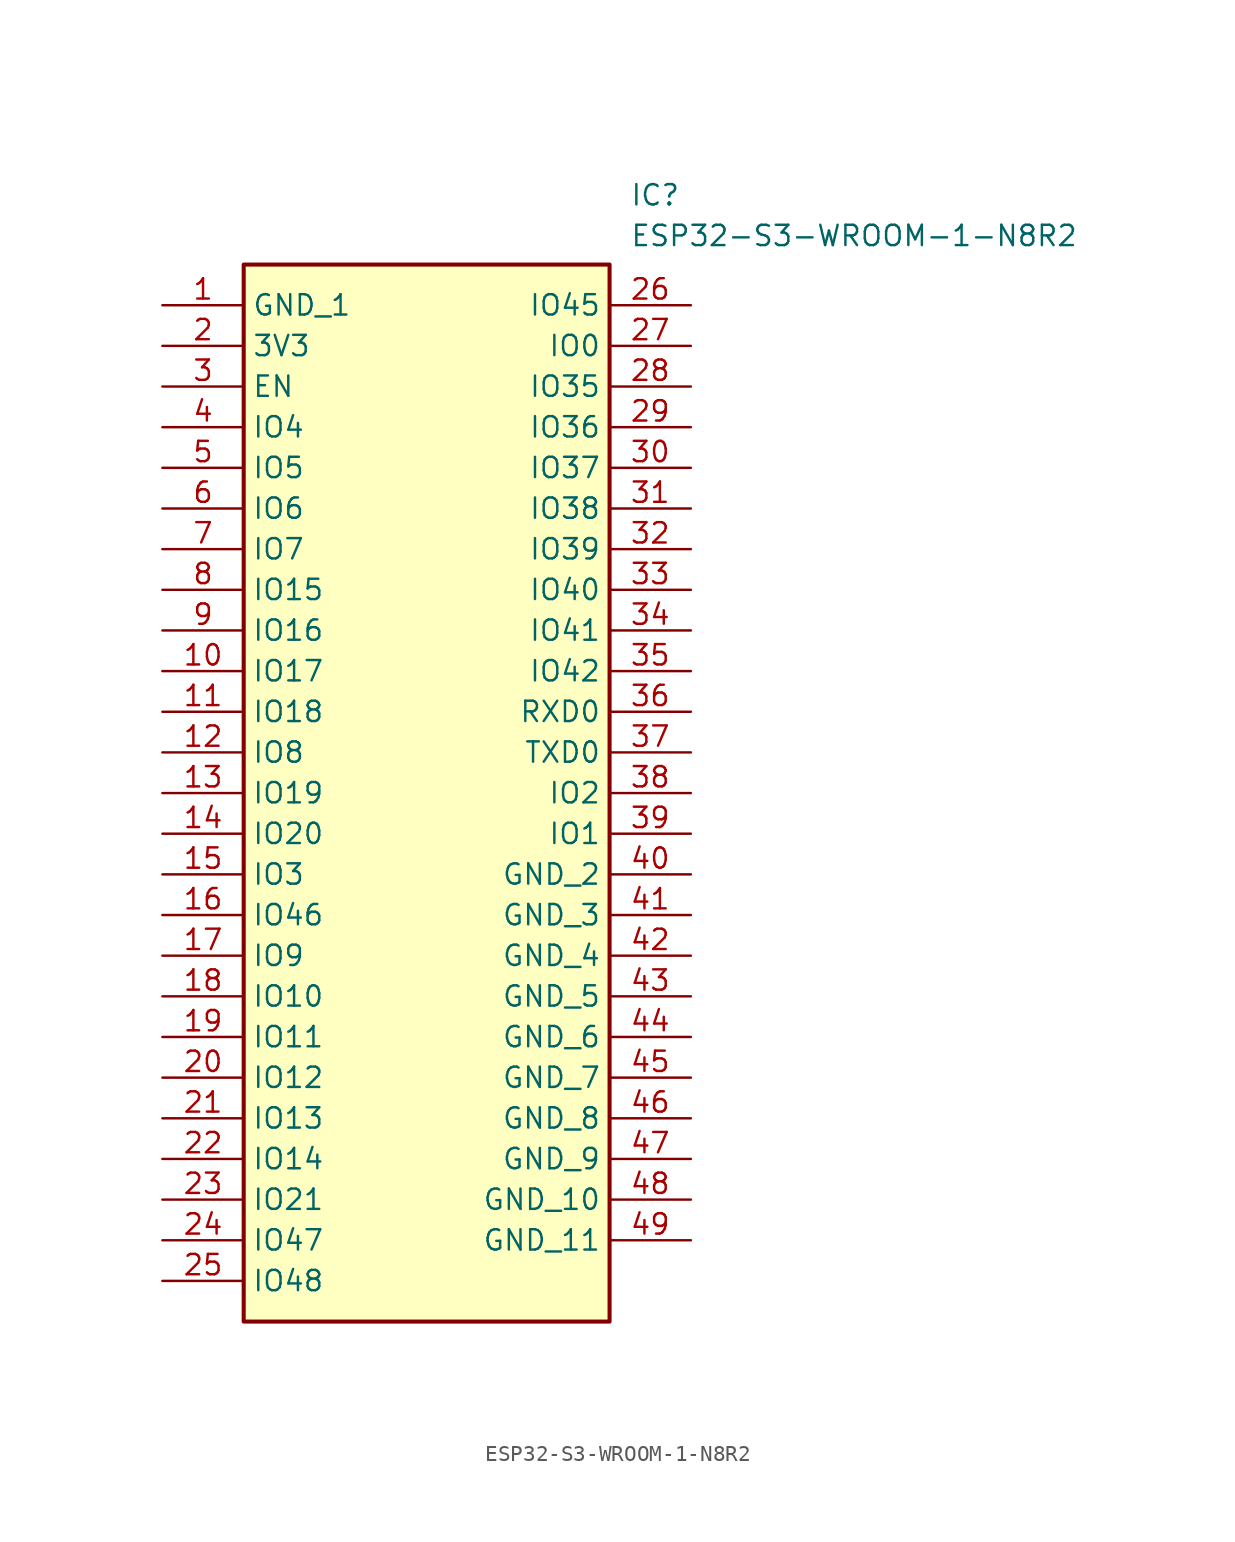
<source format=kicad_sym>
(kicad_symbol_lib
  (version 20211014)
  (generator SamacSys_ECAD_Model)
  (symbol "ESP32-S3-WROOM-1-N8R2"
    (property "Reference" "IC"
      (at 29.21 7.62 0)
      (effects (font (size 1.27 1.27)) (justify left top)))
    (property "Value" "ESP32-S3-WROOM-1-N8R2"
      (at 29.21 5.08 0)
      (effects (font (size 1.27 1.27)) (justify left top)))
    (rectangle
      (start 5.08 2.54)
      (end 27.94 -63.5)
      (stroke (width 0.254) (type default))
      (fill (type background)))
    (pin passive line
      (at 0 0 0)
      (length 5.08)
      (name "GND_1" (effects (font (size 1.27 1.27))))
      (number "1" (effects (font (size 1.27 1.27)))))
    (pin passive line
      (at 0 -2.54 0)
      (length 5.08)
      (name "3V3" (effects (font (size 1.27 1.27))))
      (number "2" (effects (font (size 1.27 1.27)))))
    (pin passive line
      (at 0 -5.08 0)
      (length 5.08)
      (name "EN" (effects (font (size 1.27 1.27))))
      (number "3" (effects (font (size 1.27 1.27)))))
    (pin passive line
      (at 0 -7.62 0)
      (length 5.08)
      (name "IO4" (effects (font (size 1.27 1.27))))
      (number "4" (effects (font (size 1.27 1.27)))))
    (pin passive line
      (at 0 -10.16 0)
      (length 5.08)
      (name "IO5" (effects (font (size 1.27 1.27))))
      (number "5" (effects (font (size 1.27 1.27)))))
    (pin passive line
      (at 0 -12.7 0)
      (length 5.08)
      (name "IO6" (effects (font (size 1.27 1.27))))
      (number "6" (effects (font (size 1.27 1.27)))))
    (pin passive line
      (at 0 -15.24 0)
      (length 5.08)
      (name "IO7" (effects (font (size 1.27 1.27))))
      (number "7" (effects (font (size 1.27 1.27)))))
    (pin passive line
      (at 0 -17.78 0)
      (length 5.08)
      (name "IO15" (effects (font (size 1.27 1.27))))
      (number "8" (effects (font (size 1.27 1.27)))))
    (pin passive line
      (at 0 -20.32 0)
      (length 5.08)
      (name "IO16" (effects (font (size 1.27 1.27))))
      (number "9" (effects (font (size 1.27 1.27)))))
    (pin passive line
      (at 0 -22.86 0)
      (length 5.08)
      (name "IO17" (effects (font (size 1.27 1.27))))
      (number "10" (effects (font (size 1.27 1.27)))))
    (pin passive line
      (at 0 -25.4 0)
      (length 5.08)
      (name "IO18" (effects (font (size 1.27 1.27))))
      (number "11" (effects (font (size 1.27 1.27)))))
    (pin passive line
      (at 0 -27.94 0)
      (length 5.08)
      (name "IO8" (effects (font (size 1.27 1.27))))
      (number "12" (effects (font (size 1.27 1.27)))))
    (pin passive line
      (at 0 -30.48 0)
      (length 5.08)
      (name "IO19" (effects (font (size 1.27 1.27))))
      (number "13" (effects (font (size 1.27 1.27)))))
    (pin passive line
      (at 0 -33.02 0)
      (length 5.08)
      (name "IO20" (effects (font (size 1.27 1.27))))
      (number "14" (effects (font (size 1.27 1.27)))))
    (pin passive line
      (at 0 -35.56 0)
      (length 5.08)
      (name "IO3" (effects (font (size 1.27 1.27))))
      (number "15" (effects (font (size 1.27 1.27)))))
    (pin passive line
      (at 0 -38.1 0)
      (length 5.08)
      (name "IO46" (effects (font (size 1.27 1.27))))
      (number "16" (effects (font (size 1.27 1.27)))))
    (pin passive line
      (at 0 -40.64 0)
      (length 5.08)
      (name "IO9" (effects (font (size 1.27 1.27))))
      (number "17" (effects (font (size 1.27 1.27)))))
    (pin passive line
      (at 0 -43.18 0)
      (length 5.08)
      (name "IO10" (effects (font (size 1.27 1.27))))
      (number "18" (effects (font (size 1.27 1.27)))))
    (pin passive line
      (at 0 -45.72 0)
      (length 5.08)
      (name "IO11" (effects (font (size 1.27 1.27))))
      (number "19" (effects (font (size 1.27 1.27)))))
    (pin passive line
      (at 0 -48.26 0)
      (length 5.08)
      (name "IO12" (effects (font (size 1.27 1.27))))
      (number "20" (effects (font (size 1.27 1.27)))))
    (pin passive line
      (at 0 -50.8 0)
      (length 5.08)
      (name "IO13" (effects (font (size 1.27 1.27))))
      (number "21" (effects (font (size 1.27 1.27)))))
    (pin passive line
      (at 0 -53.34 0)
      (length 5.08)
      (name "IO14" (effects (font (size 1.27 1.27))))
      (number "22" (effects (font (size 1.27 1.27)))))
    (pin passive line
      (at 0 -55.88 0)
      (length 5.08)
      (name "IO21" (effects (font (size 1.27 1.27))))
      (number "23" (effects (font (size 1.27 1.27)))))
    (pin passive line
      (at 0 -58.42 0)
      (length 5.08)
      (name "IO47" (effects (font (size 1.27 1.27))))
      (number "24" (effects (font (size 1.27 1.27)))))
    (pin passive line
      (at 0 -60.96 0)
      (length 5.08)
      (name "IO48" (effects (font (size 1.27 1.27))))
      (number "25" (effects (font (size 1.27 1.27)))))
    (pin passive line
      (at 33.02 0 180)
      (length 5.08)
      (name "IO45" (effects (font (size 1.27 1.27))))
      (number "26" (effects (font (size 1.27 1.27)))))
    (pin passive line
      (at 33.02 -2.54 180)
      (length 5.08)
      (name "IO0" (effects (font (size 1.27 1.27))))
      (number "27" (effects (font (size 1.27 1.27)))))
    (pin passive line
      (at 33.02 -5.08 180)
      (length 5.08)
      (name "IO35" (effects (font (size 1.27 1.27))))
      (number "28" (effects (font (size 1.27 1.27)))))
    (pin passive line
      (at 33.02 -7.62 180)
      (length 5.08)
      (name "IO36" (effects (font (size 1.27 1.27))))
      (number "29" (effects (font (size 1.27 1.27)))))
    (pin passive line
      (at 33.02 -10.16 180)
      (length 5.08)
      (name "IO37" (effects (font (size 1.27 1.27))))
      (number "30" (effects (font (size 1.27 1.27)))))
    (pin passive line
      (at 33.02 -12.7 180)
      (length 5.08)
      (name "IO38" (effects (font (size 1.27 1.27))))
      (number "31" (effects (font (size 1.27 1.27)))))
    (pin passive line
      (at 33.02 -15.24 180)
      (length 5.08)
      (name "IO39" (effects (font (size 1.27 1.27))))
      (number "32" (effects (font (size 1.27 1.27)))))
    (pin passive line
      (at 33.02 -17.78 180)
      (length 5.08)
      (name "IO40" (effects (font (size 1.27 1.27))))
      (number "33" (effects (font (size 1.27 1.27)))))
    (pin passive line
      (at 33.02 -20.32 180)
      (length 5.08)
      (name "IO41" (effects (font (size 1.27 1.27))))
      (number "34" (effects (font (size 1.27 1.27)))))
    (pin passive line
      (at 33.02 -22.86 180)
      (length 5.08)
      (name "IO42" (effects (font (size 1.27 1.27))))
      (number "35" (effects (font (size 1.27 1.27)))))
    (pin passive line
      (at 33.02 -25.4 180)
      (length 5.08)
      (name "RXD0" (effects (font (size 1.27 1.27))))
      (number "36" (effects (font (size 1.27 1.27)))))
    (pin passive line
      (at 33.02 -27.94 180)
      (length 5.08)
      (name "TXD0" (effects (font (size 1.27 1.27))))
      (number "37" (effects (font (size 1.27 1.27)))))
    (pin passive line
      (at 33.02 -30.48 180)
      (length 5.08)
      (name "IO2" (effects (font (size 1.27 1.27))))
      (number "38" (effects (font (size 1.27 1.27)))))
    (pin passive line
      (at 33.02 -33.02 180)
      (length 5.08)
      (name "IO1" (effects (font (size 1.27 1.27))))
      (number "39" (effects (font (size 1.27 1.27)))))
    (pin passive line
      (at 33.02 -35.56 180)
      (length 5.08)
      (name "GND_2" (effects (font (size 1.27 1.27))))
      (number "40" (effects (font (size 1.27 1.27)))))
    (pin passive line
      (at 33.02 -38.1 180)
      (length 5.08)
      (name "GND_3" (effects (font (size 1.27 1.27))))
      (number "41" (effects (font (size 1.27 1.27)))))
    (pin passive line
      (at 33.02 -40.64 180)
      (length 5.08)
      (name "GND_4" (effects (font (size 1.27 1.27))))
      (number "42" (effects (font (size 1.27 1.27)))))
    (pin passive line
      (at 33.02 -43.18 180)
      (length 5.08)
      (name "GND_5" (effects (font (size 1.27 1.27))))
      (number "43" (effects (font (size 1.27 1.27)))))
    (pin passive line
      (at 33.02 -45.72 180)
      (length 5.08)
      (name "GND_6" (effects (font (size 1.27 1.27))))
      (number "44" (effects (font (size 1.27 1.27)))))
    (pin passive line
      (at 33.02 -48.26 180)
      (length 5.08)
      (name "GND_7" (effects (font (size 1.27 1.27))))
      (number "45" (effects (font (size 1.27 1.27)))))
    (pin passive line
      (at 33.02 -50.8 180)
      (length 5.08)
      (name "GND_8" (effects (font (size 1.27 1.27))))
      (number "46" (effects (font (size 1.27 1.27)))))
    (pin passive line
      (at 33.02 -53.34 180)
      (length 5.08)
      (name "GND_9" (effects (font (size 1.27 1.27))))
      (number "47" (effects (font (size 1.27 1.27)))))
    (pin passive line
      (at 33.02 -55.88 180)
      (length 5.08)
      (name "GND_10" (effects (font (size 1.27 1.27))))
      (number "48" (effects (font (size 1.27 1.27)))))
    (pin passive line
      (at 33.02 -58.42 180)
      (length 5.08)
      (name "GND_11" (effects (font (size 1.27 1.27))))
      (number "49" (effects (font (size 1.27 1.27)))))))
</source>
